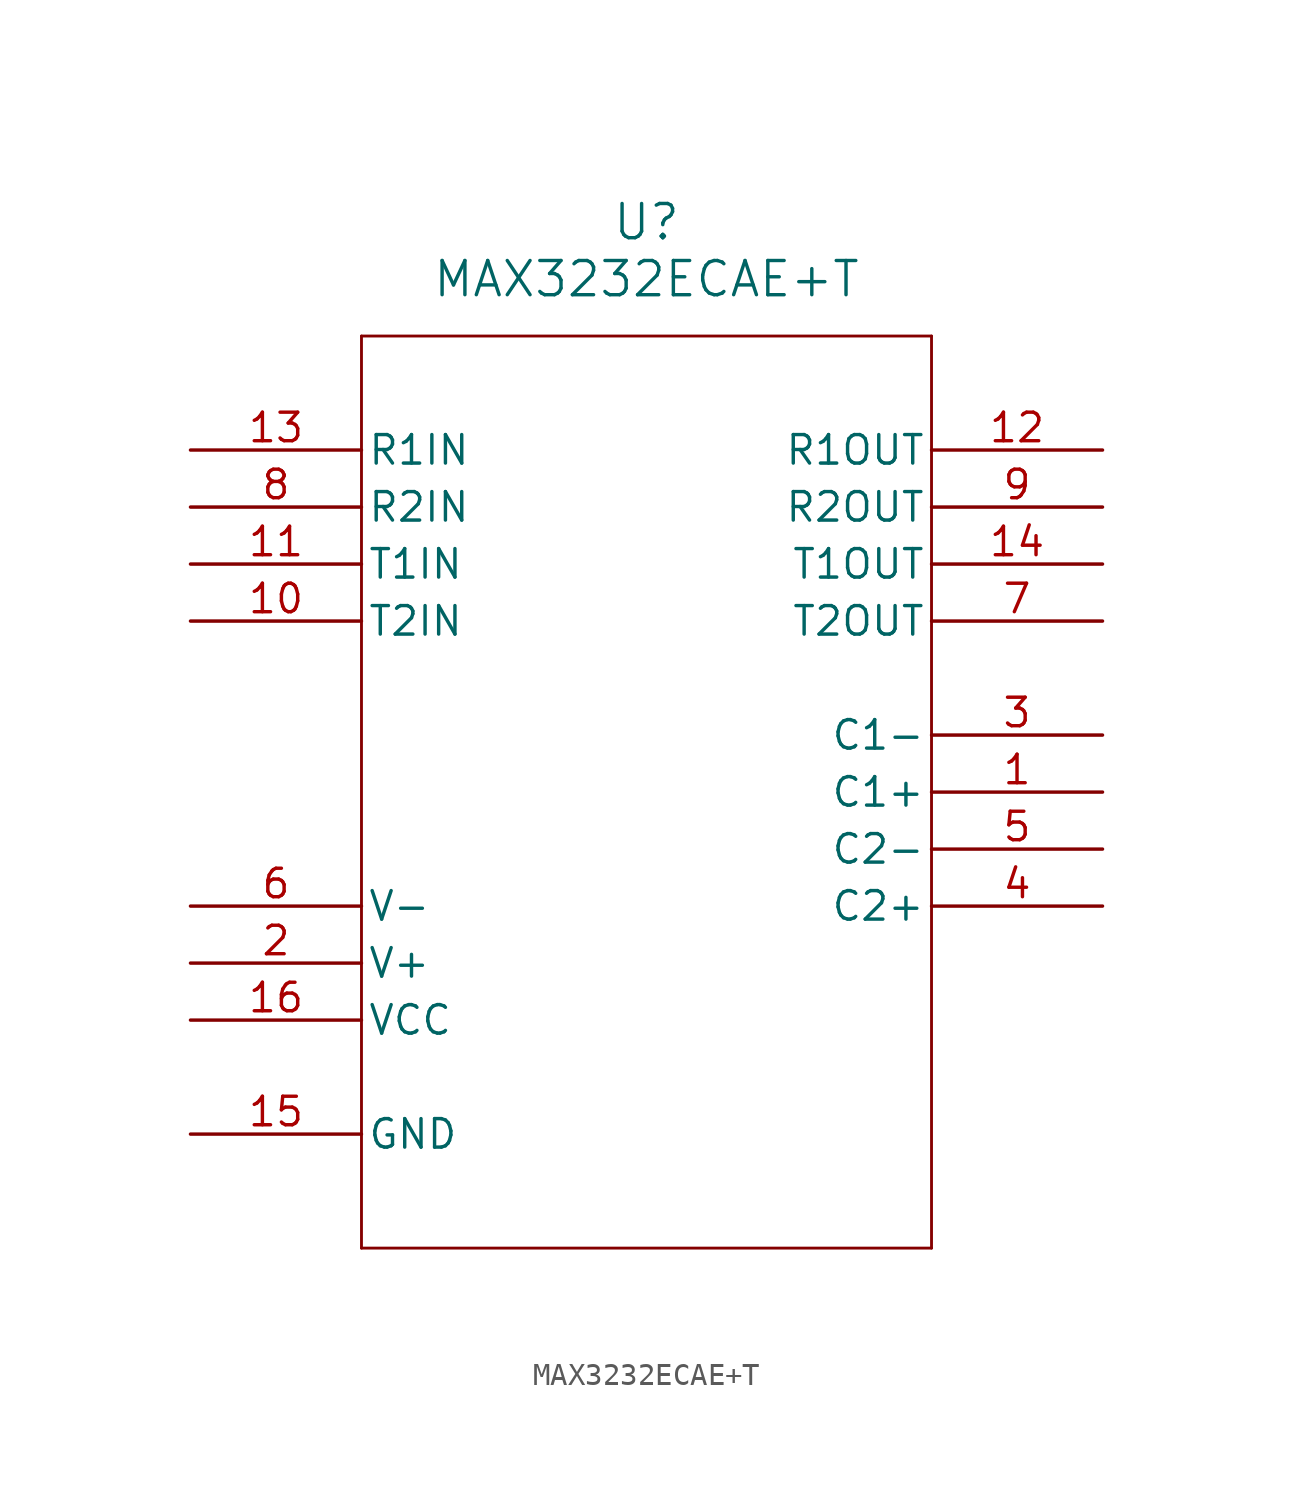
<source format=kicad_sym>
(kicad_symbol_lib
  (version 20211014)
  (generator kicad_symbol_editor)
  (symbol "MAX3232ECAE+T"
    (pin_names
      (offset 0.254))
    (property "Reference" "U"
      (at 20.32 10.16 0)
      (effects (font (size 1.524 1.524))))
    (property "Value" "MAX3232ECAE+T"
      (at 20.32 7.62 0)
      (effects (font (size 1.524 1.524))))
    (symbol "MAX3232ECAE+T_0_1"
      (polyline (pts (xy 7.62 5.08) (xy 7.62 -35.56)) (stroke (width 0.127) (type default) (color 0 0 0 0)) (fill (type none)))
      (polyline (pts (xy 7.62 -35.56) (xy 33.02 -35.56)) (stroke (width 0.127) (type default) (color 0 0 0 0)) (fill (type none)))
      (polyline (pts (xy 33.02 -35.56) (xy 33.02 5.08)) (stroke (width 0.127) (type default) (color 0 0 0 0)) (fill (type none)))
      (polyline (pts (xy 33.02 5.08) (xy 7.62 5.08)) (stroke (width 0.127) (type default) (color 0 0 0 0)) (fill (type none)))
      (pin unspecified line (at 40.64 -15.24 180) (length 7.62) (name "C1+" (effects (font (size 1.27 1.27)))) (number "1" (effects (font (size 1.27 1.27)))))
      (pin unspecified line (at 0 -22.86 0) (length 7.62) (name "V+" (effects (font (size 1.27 1.27)))) (number "2" (effects (font (size 1.27 1.27)))))
      (pin unspecified line (at 40.64 -12.7 180) (length 7.62) (name "C1-" (effects (font (size 1.27 1.27)))) (number "3" (effects (font (size 1.27 1.27)))))
      (pin unspecified line (at 40.64 -20.32 180) (length 7.62) (name "C2+" (effects (font (size 1.27 1.27)))) (number "4" (effects (font (size 1.27 1.27)))))
      (pin unspecified line (at 40.64 -17.78 180) (length 7.62) (name "C2-" (effects (font (size 1.27 1.27)))) (number "5" (effects (font (size 1.27 1.27)))))
      (pin unspecified line (at 0 -20.32 0) (length 7.62) (name "V-" (effects (font (size 1.27 1.27)))) (number "6" (effects (font (size 1.27 1.27)))))
      (pin output line (at 40.64 -7.62 180) (length 7.62) (name "T2OUT" (effects (font (size 1.27 1.27)))) (number "7" (effects (font (size 1.27 1.27)))))
      (pin input line (at 0 -2.54 0) (length 7.62) (name "R2IN" (effects (font (size 1.27 1.27)))) (number "8" (effects (font (size 1.27 1.27)))))
      (pin output line (at 40.64 -2.54 180) (length 7.62) (name "R2OUT" (effects (font (size 1.27 1.27)))) (number "9" (effects (font (size 1.27 1.27)))))
      (pin input line (at 0 -7.62 0) (length 7.62) (name "T2IN" (effects (font (size 1.27 1.27)))) (number "10" (effects (font (size 1.27 1.27)))))
      (pin input line (at 0 -5.08 0) (length 7.62) (name "T1IN" (effects (font (size 1.27 1.27)))) (number "11" (effects (font (size 1.27 1.27)))))
      (pin output line (at 40.64 0 180) (length 7.62) (name "R1OUT" (effects (font (size 1.27 1.27)))) (number "12" (effects (font (size 1.27 1.27)))))
      (pin input line (at 0 0 0) (length 7.62) (name "R1IN" (effects (font (size 1.27 1.27)))) (number "13" (effects (font (size 1.27 1.27)))))
      (pin output line (at 40.64 -5.08 180) (length 7.62) (name "T1OUT" (effects (font (size 1.27 1.27)))) (number "14" (effects (font (size 1.27 1.27)))))
      (pin power_out line (at 0 -30.48 0) (length 7.62) (name "GND" (effects (font (size 1.27 1.27)))) (number "15" (effects (font (size 1.27 1.27)))))
      (pin power_in line (at 0 -25.4 0) (length 7.62) (name "VCC" (effects (font (size 1.27 1.27)))) (number "16" (effects (font (size 1.27 1.27))))))))
</source>
